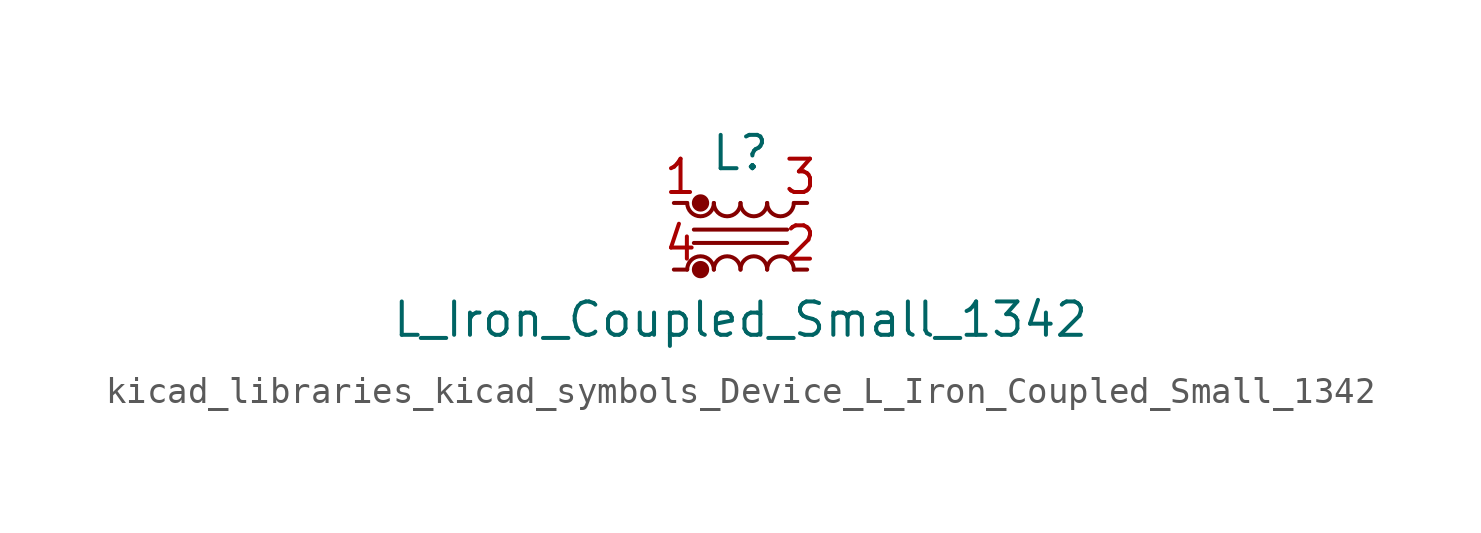
<source format=kicad_sym>
(kicad_symbol_lib
  (version 20220914)
  (generator kicad_symbol_editor)
  (symbol "kicad_libraries_kicad_symbols_Device_L_Iron_Coupled_Small_1342"
    (pin_names
      (offset 0.254) hide)
    (property "Reference" "L"
      (at 0 3.175 0)
      (effects (font (size 1.27 1.27))))
    (property "Value" "L_Iron_Coupled_Small_1342"
      (at 0 -3.175 0)
      (effects (font (size 1.27 1.27))))
    (symbol "kicad_libraries_kicad_symbols_Device_L_Iron_Coupled_Small_1342_0_1"
      (arc (start -2.032 1.27) (mid -1.524 0.7642) (end -1.016 1.27) (stroke (width 0) (type default)) (fill (type none)))
      (circle (center -1.524 -1.27) (radius 0.254) (stroke (width 0) (type default)) (fill (type outline)))
      (circle (center -1.524 1.27) (radius 0.254) (stroke (width 0) (type default)) (fill (type outline)))
      (arc (start -1.016 -1.27) (mid -1.524 -0.7642) (end -2.032 -1.27) (stroke (width 0) (type default)) (fill (type none)))
      (arc (start -1.016 1.27) (mid -0.508 0.7642) (end 0 1.27) (stroke (width 0) (type default)) (fill (type none)))
      (arc (start 0 -1.27) (mid -0.508 -0.7642) (end -1.016 -1.27) (stroke (width 0) (type default)) (fill (type none)))
      (polyline (pts (xy 1.778 -0.254) (xy -1.778 -0.254)) (stroke (width 0) (type default)) (fill (type none)))
      (polyline (pts (xy 1.778 0.254) (xy -1.778 0.254)) (stroke (width 0) (type default)) (fill (type none)))
      (arc (start 0 1.27) (mid 0.508 0.7642) (end 1.016 1.27) (stroke (width 0) (type default)) (fill (type none)))
      (arc (start 1.016 -1.27) (mid 0.508 -0.7642) (end 0 -1.27) (stroke (width 0) (type default)) (fill (type none)))
      (arc (start 1.016 1.27) (mid 1.524 0.7642) (end 2.032 1.27) (stroke (width 0) (type default)) (fill (type none)))
      (arc (start 2.032 -1.27) (mid 1.524 -0.7642) (end 1.016 -1.27) (stroke (width 0) (type default)) (fill (type none))))
    (symbol "kicad_libraries_kicad_symbols_Device_L_Iron_Coupled_Small_1342_1_1"
      (pin passive line (at -2.54 1.27 0) (length 0.508) (name "1" (effects (font (size 1.27 1.27)))) (number "1" (effects (font (size 1.27 1.27)))))
      (pin passive line (at 2.54 -1.27 180) (length 0.508) (name "2" (effects (font (size 1.27 1.27)))) (number "2" (effects (font (size 1.27 1.27)))))
      (pin passive line (at 2.54 1.27 180) (length 0.508) (name "3" (effects (font (size 1.27 1.27)))) (number "3" (effects (font (size 1.27 1.27)))))
      (pin passive line (at -2.54 -1.27 0) (length 0.508) (name "4" (effects (font (size 1.27 1.27)))) (number "4" (effects (font (size 1.27 1.27))))))))
</source>
